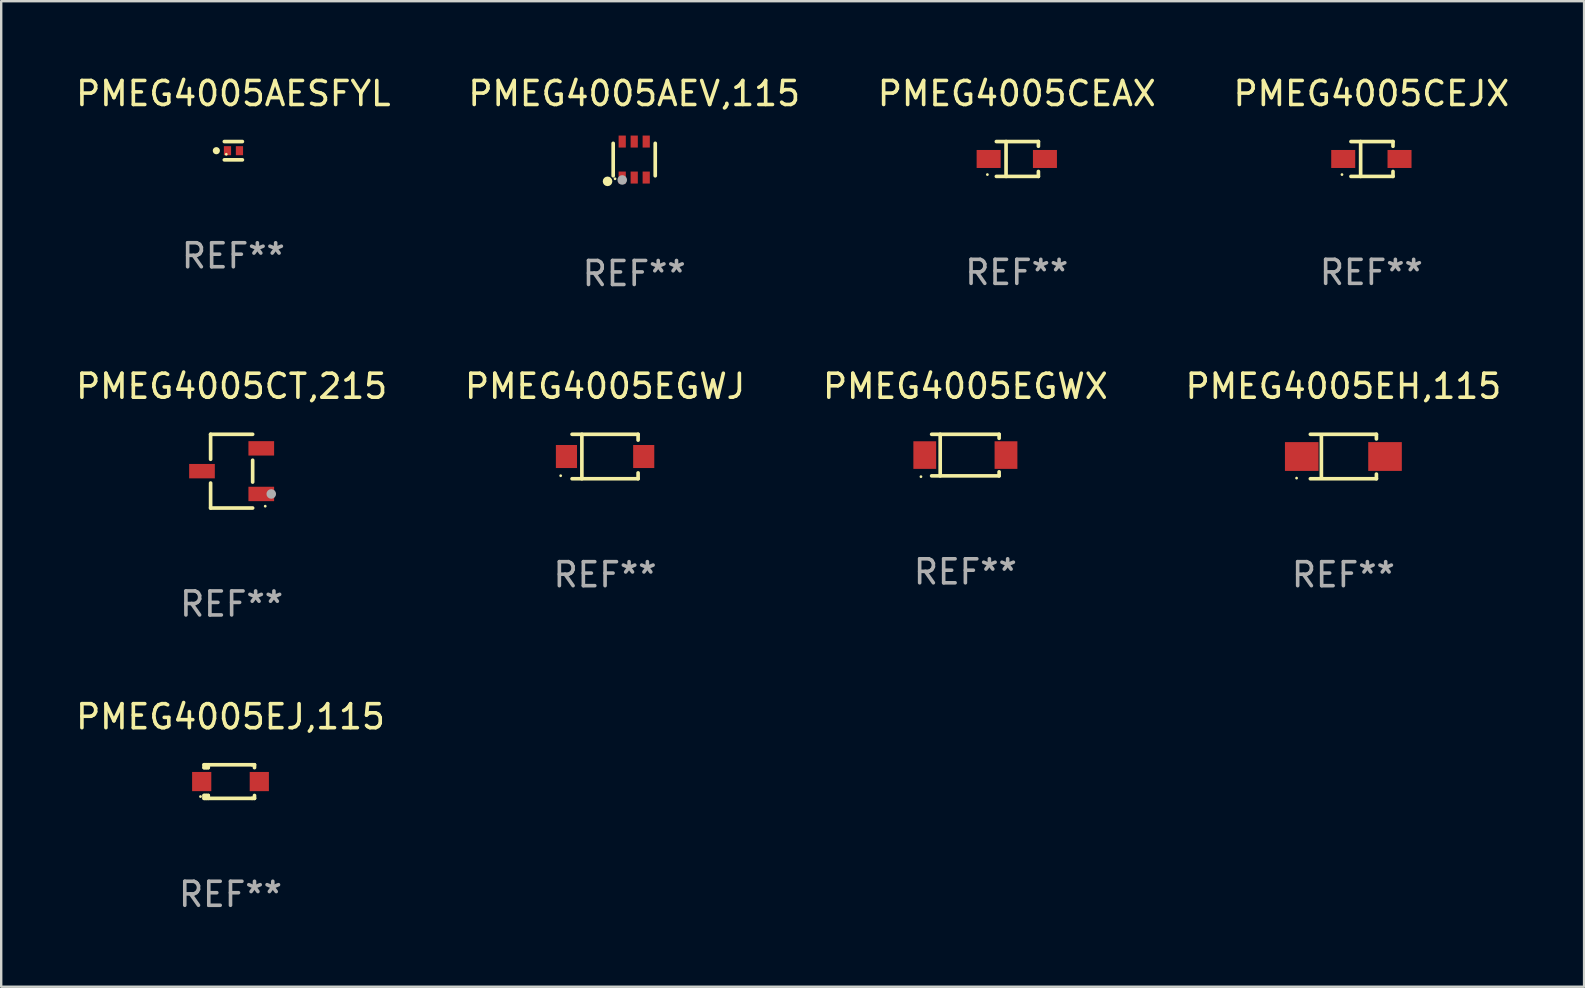
<source format=kicad_pcb>
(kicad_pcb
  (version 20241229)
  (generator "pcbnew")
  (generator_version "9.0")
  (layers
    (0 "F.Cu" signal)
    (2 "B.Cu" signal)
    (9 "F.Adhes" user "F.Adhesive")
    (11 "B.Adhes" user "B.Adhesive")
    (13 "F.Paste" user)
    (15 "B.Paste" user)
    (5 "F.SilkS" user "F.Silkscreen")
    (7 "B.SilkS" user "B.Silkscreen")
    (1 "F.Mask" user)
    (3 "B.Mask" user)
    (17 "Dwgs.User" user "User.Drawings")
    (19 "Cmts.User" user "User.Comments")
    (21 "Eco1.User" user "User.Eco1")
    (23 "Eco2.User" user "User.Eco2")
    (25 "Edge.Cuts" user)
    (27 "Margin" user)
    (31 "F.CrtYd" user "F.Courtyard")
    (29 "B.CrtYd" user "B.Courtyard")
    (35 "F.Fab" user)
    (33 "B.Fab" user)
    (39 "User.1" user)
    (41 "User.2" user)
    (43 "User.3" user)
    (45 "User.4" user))
  (footprint "PMEG4005AESFYL"
    (layer "F.Cu")
    (at 6.673 3.229)
    (property "Reference" "PMEG4005AESFYL" (at 0 -2.381 0) (layer "F.SilkS") (effects (font (size 1 1) (thickness 0.15))))
    (attr through_hole)
    (fp_line (start -0.376 -0.381) (end 0.376 -0.381) (stroke (width 0.152) (type solid)) (layer "F.SilkS"))
    (fp_line (start -0.376 0.381) (end 0.376 0.381) (stroke (width 0.152) (type solid)) (layer "F.SilkS"))
    (fp_circle (center -0.709 0) (end -0.634 0) (stroke (width 0.15) (type solid)) (fill no) (layer "F.SilkS"))
    (fp_circle (center -0.295 0.15) (end -0.265 0.15) (stroke (width 0.06) (type solid)) (fill no) (layer "F.SilkS"))
    (fp_text user "REF**" (at 0 4.381 0) (layer "F.Fab") (effects (font (size 1 1) (thickness 0.15))))
    (pad "1" smd rect (at -0.245 0) (size 0.3 0.378) (layers "F.Cu" "F.Mask" "F.Paste"))
    (pad "2" smd rect (at 0.254 0) (size 0.3 0.378) (layers "F.Cu" "F.Mask" "F.Paste")))
  (footprint "PMEG4005AEV,115"
    (layer "F.Cu")
    (at 23.375 3.598)
    (property "Reference" "PMEG4005AEV,115" (at 0 -2.75 0) (layer "F.SilkS") (effects (font (size 1 1) (thickness 0.15))))
    (attr through_hole)
    (fp_line (start -0.876 0.676) (end -0.876 -0.676) (stroke (width 0.152) (type solid)) (layer "F.SilkS"))
    (fp_line (start 0.876 0.676) (end 0.876 -0.676) (stroke (width 0.152) (type solid)) (layer "F.SilkS"))
    (fp_circle (center -1.111 0.908) (end -1.011 0.908) (stroke (width 0.2) (type solid)) (fill no) (layer "F.SilkS"))
    (fp_circle (center -0.8 0.8) (end -0.77 0.8) (stroke (width 0.06) (type solid)) (fill no) (layer "F.SilkS"))
    (fp_circle (center -0.499 0.85) (end -0.399 0.85) (stroke (width 0.2) (type solid)) (fill no) (layer "F.Fab"))
    (fp_text user "REF**" (at 0 4.75 0) (layer "F.Fab") (effects (font (size 1 1) (thickness 0.15))))
    (pad "1" smd rect (at -0.5 0.75) (size 0.3 0.5) (layers "F.Cu" "F.Mask" "F.Paste"))
    (pad "2" smd rect (at 0 0.75) (size 0.3 0.5) (layers "F.Cu" "F.Mask" "F.Paste"))
    (pad "3" smd rect (at 0.5 0.75) (size 0.3 0.5) (layers "F.Cu" "F.Mask" "F.Paste"))
    (pad "4" smd rect (at 0.5 -0.75) (size 0.3 0.5) (layers "F.Cu" "F.Mask" "F.Paste"))
    (pad "5" smd rect (at 0 -0.75) (size 0.3 0.5) (layers "F.Cu" "F.Mask" "F.Paste"))
    (pad "6" smd rect (at -0.5 -0.75) (size 0.3 0.5) (layers "F.Cu" "F.Mask" "F.Paste")))
  (footprint "PMEG4005EJ,115"
    (layer "F.Cu")
    (at 6.554 29.514)
    (property "Reference" "PMEG4005EJ,115" (at 0 -2.7 0) (layer "F.SilkS") (effects (font (size 1 1) (thickness 0.15))))
    (attr through_hole)
    (fp_line (start -1.1 -0.7) (end -1.1 -0.58) (stroke (width 0.152) (type solid)) (layer "F.SilkS"))
    (fp_line (start -1.1 0.58) (end -1.1 0.7) (stroke (width 0.152) (type solid)) (layer "F.SilkS"))
    (fp_line (start -1.1 0.58) (end -0.927 0.58) (stroke (width 0.152) (type solid)) (layer "F.SilkS"))
    (fp_line (start -1.1 0.7) (end 0.9 0.7) (stroke (width 0.152) (type solid)) (layer "F.SilkS"))
    (fp_line (start -1.014 -0.58) (end -1.014 -0.7) (stroke (width 0.152) (type solid)) (layer "F.SilkS"))
    (fp_line (start -1.014 0.7) (end -1.014 0.58) (stroke (width 0.152) (type solid)) (layer "F.SilkS"))
    (fp_line (start -0.927 -0.7) (end -0.927 -0.58) (stroke (width 0.152) (type solid)) (layer "F.SilkS"))
    (fp_line (start -0.927 -0.58) (end -1.1 -0.58) (stroke (width 0.152) (type solid)) (layer "F.SilkS"))
    (fp_line (start -0.927 0.58) (end -0.927 0.7) (stroke (width 0.152) (type solid)) (layer "F.SilkS"))
    (fp_line (start 0.9 -0.7) (end -1.1 -0.7) (stroke (width 0.152) (type solid)) (layer "F.SilkS"))
    (fp_line (start 0.9 0.7) (end 1 0.7) (stroke (width 0.152) (type solid)) (layer "F.SilkS"))
    (fp_line (start 1 -0.7) (end 0.9 -0.7) (stroke (width 0.152) (type solid)) (layer "F.SilkS"))
    (fp_line (start 1 -0.58) (end 1 -0.7) (stroke (width 0.152) (type solid)) (layer "F.SilkS"))
    (fp_line (start 1 0.7) (end 1 0.58) (stroke (width 0.152) (type solid)) (layer "F.SilkS"))
    (fp_circle (center -1.25 0.625) (end -1.22 0.625) (stroke (width 0.06) (type solid)) (fill no) (layer "F.SilkS"))
    (fp_text user "REF**" (at 0 4.7 0) (layer "F.Fab") (effects (font (size 1 1) (thickness 0.15))))
    (pad "1" smd rect (at -1.2 0) (size 0.8 0.8) (layers "F.Cu" "F.Mask" "F.Paste"))
    (pad "2" smd rect (at 1.2 0) (size 0.8 0.8) (layers "F.Cu" "F.Mask" "F.Paste")))
  (footprint "PMEG4005CEAX"
    (layer "F.Cu")
    (at 39.315 3.574)
    (property "Reference" "PMEG4005CEAX" (at 0 -2.726 0) (layer "F.SilkS") (effects (font (size 1 1) (thickness 0.15))))
    (attr through_hole)
    (fp_line (start -0.851 -0.726) (end 0.901 -0.726) (stroke (width 0.152) (type solid)) (layer "F.SilkS"))
    (fp_line (start -0.851 0.726) (end 0.901 0.726) (stroke (width 0.152) (type solid)) (layer "F.SilkS"))
    (fp_line (start -0.447 -0.726) (end -0.447 0.726) (stroke (width 0.152) (type solid)) (layer "F.SilkS"))
    (fp_line (start 0.901 -0.726) (end 0.901 -0.53) (stroke (width 0.152) (type solid)) (layer "F.SilkS"))
    (fp_line (start 0.901 0.726) (end 0.901 0.52) (stroke (width 0.152) (type solid)) (layer "F.SilkS"))
    (fp_circle (center -1.225 0.65) (end -1.195 0.65) (stroke (width 0.06) (type solid)) (fill no) (layer "F.SilkS"))
    (fp_text user "REF**" (at 0 4.726 0) (layer "F.Fab") (effects (font (size 1 1) (thickness 0.15))))
    (pad "1" smd rect (at -1.173 0) (size 1 0.75) (layers "F.Cu" "F.Mask" "F.Paste"))
    (pad "2" smd rect (at 1.173 0) (size 1 0.75) (layers "F.Cu" "F.Mask" "F.Paste")))
  (footprint "PMEG4005EGWX"
    (layer "F.Cu")
    (at 37.173 15.911)
    (property "Reference" "PMEG4005EGWX" (at 0 -2.866 0) (layer "F.SilkS") (effects (font (size 1 1) (thickness 0.15))))
    (attr through_hole)
    (fp_line (start -1.406 -0.866) (end 1.406 -0.866) (stroke (width 0.152) (type solid)) (layer "F.SilkS"))
    (fp_line (start -1.406 0.866) (end 1.406 0.866) (stroke (width 0.152) (type solid)) (layer "F.SilkS"))
    (fp_line (start -1.049 -0.866) (end -1.049 0.866) (stroke (width 0.152) (type solid)) (layer "F.SilkS"))
    (fp_line (start 1.406 -0.866) (end 1.406 -0.698) (stroke (width 0.152) (type solid)) (layer "F.SilkS"))
    (fp_line (start 1.406 0.866) (end 1.406 0.698) (stroke (width 0.152) (type solid)) (layer "F.SilkS"))
    (fp_circle (center -1.851 0.9) (end -1.821 0.9) (stroke (width 0.06) (type solid)) (fill no) (layer "F.SilkS"))
    (fp_text user "REF**" (at 0 4.866 0) (layer "F.Fab") (effects (font (size 1 1) (thickness 0.15))))
    (pad "1" smd rect (at -1.692 0) (size 0.95 1.15) (layers "F.Cu" "F.Mask" "F.Paste"))
    (pad "2" smd rect (at 1.692 0) (size 0.95 1.15) (layers "F.Cu" "F.Mask" "F.Paste")))
  (footprint "PMEG4005EH,115"
    (layer "F.Cu")
    (at 52.923 15.971)
    (property "Reference" "PMEG4005EH,115" (at 0 -2.926 0) (layer "F.SilkS") (effects (font (size 1 1) (thickness 0.15))))
    (attr through_hole)
    (fp_line (start -1.376 -0.926) (end 1.376 -0.926) (stroke (width 0.152) (type solid)) (layer "F.SilkS"))
    (fp_line (start -1.376 0.926) (end 1.376 0.926) (stroke (width 0.152) (type solid)) (layer "F.SilkS"))
    (fp_line (start -0.917 -0.876) (end -0.917 0.876) (stroke (width 0.152) (type solid)) (layer "F.SilkS"))
    (fp_line (start 1.376 -0.926) (end 1.376 -0.733) (stroke (width 0.152) (type solid)) (layer "F.SilkS"))
    (fp_line (start 1.376 0.926) (end 1.376 0.733) (stroke (width 0.152) (type solid)) (layer "F.SilkS"))
    (fp_circle (center -1.95 0.9) (end -1.92 0.9) (stroke (width 0.06) (type solid)) (fill no) (layer "F.SilkS"))
    (fp_text user "REF**" (at 0 4.926 0) (layer "F.Fab") (effects (font (size 1 1) (thickness 0.15))))
    (pad "1" smd rect (at -1.735 0) (size 1.4 1.2) (layers "F.Cu" "F.Mask" "F.Paste"))
    (pad "2" smd rect (at 1.735 0) (size 1.4 1.2) (layers "F.Cu" "F.Mask" "F.Paste")))
  (footprint "PMEG4005CEJX"
    (layer "F.Cu")
    (at 54.089 3.574)
    (property "Reference" "PMEG4005CEJX" (at 0 -2.726 0) (layer "F.SilkS") (effects (font (size 1 1) (thickness 0.15))))
    (attr through_hole)
    (fp_line (start -0.851 -0.726) (end 0.901 -0.726) (stroke (width 0.152) (type solid)) (layer "F.SilkS"))
    (fp_line (start -0.851 0.726) (end 0.901 0.726) (stroke (width 0.152) (type solid)) (layer "F.SilkS"))
    (fp_line (start -0.447 -0.726) (end -0.447 0.726) (stroke (width 0.152) (type solid)) (layer "F.SilkS"))
    (fp_line (start 0.901 -0.726) (end 0.901 -0.53) (stroke (width 0.152) (type solid)) (layer "F.SilkS"))
    (fp_line (start 0.901 0.726) (end 0.901 0.52) (stroke (width 0.152) (type solid)) (layer "F.SilkS"))
    (fp_circle (center -1.225 0.65) (end -1.195 0.65) (stroke (width 0.06) (type solid)) (fill no) (layer "F.SilkS"))
    (fp_text user "REF**" (at 0 4.726 0) (layer "F.Fab") (effects (font (size 1 1) (thickness 0.15))))
    (pad "1" smd rect (at -1.173 0) (size 1 0.75) (layers "F.Cu" "F.Mask" "F.Paste"))
    (pad "2" smd rect (at 1.173 0) (size 1 0.75) (layers "F.Cu" "F.Mask" "F.Paste")))
  (footprint "PMEG4005EGWJ"
    (layer "F.Cu")
    (at 22.161 15.971)
    (property "Reference" "PMEG4005EGWJ" (at 0 -2.926 0) (layer "F.SilkS") (effects (font (size 1 1) (thickness 0.15))))
    (attr through_hole)
    (fp_line (start -1.376 -0.926) (end 1.376 -0.926) (stroke (width 0.152) (type solid)) (layer "F.SilkS"))
    (fp_line (start -1.376 0.926) (end 1.376 0.926) (stroke (width 0.152) (type solid)) (layer "F.SilkS"))
    (fp_line (start -0.967 -0.926) (end -0.967 0.926) (stroke (width 0.152) (type solid)) (layer "F.SilkS"))
    (fp_line (start 1.376 -0.926) (end 1.376 -0.683) (stroke (width 0.152) (type solid)) (layer "F.SilkS"))
    (fp_line (start 1.376 0.926) (end 1.376 0.683) (stroke (width 0.152) (type solid)) (layer "F.SilkS"))
    (fp_circle (center -1.85 0.8) (end -1.82 0.8) (stroke (width 0.06) (type solid)) (fill no) (layer "F.SilkS"))
    (fp_text user "REF**" (at 0 4.926 0) (layer "F.Fab") (effects (font (size 1 1) (thickness 0.15))))
    (pad "1" smd rect (at -1.61 0) (size 0.88 0.96) (layers "F.Cu" "F.Mask" "F.Paste"))
    (pad "2" smd rect (at 1.61 0) (size 0.88 0.96) (layers "F.Cu" "F.Mask" "F.Paste")))
  (footprint "PMEG4005CT,215"
    (layer "F.Cu")
    (at 6.601 16.581)
    (property "Reference" "PMEG4005CT,215" (at 0 -3.536 0) (layer "F.SilkS") (effects (font (size 1 1) (thickness 0.15))))
    (attr through_hole)
    (fp_line (start -0.876 -1.536) (end -0.876 -0.495) (stroke (width 0.152) (type solid)) (layer "F.SilkS"))
    (fp_line (start -0.876 1.536) (end -0.876 0.495) (stroke (width 0.152) (type solid)) (layer "F.SilkS"))
    (fp_line (start 0.876 -1.536) (end -0.876 -1.536) (stroke (width 0.152) (type solid)) (layer "F.SilkS"))
    (fp_line (start 0.876 -0.455) (end 0.876 0.455) (stroke (width 0.152) (type solid)) (layer "F.SilkS"))
    (fp_line (start 0.876 1.536) (end -0.876 1.536) (stroke (width 0.152) (type solid)) (layer "F.SilkS"))
    (fp_circle (center 1.4 1.46) (end 1.43 1.46) (stroke (width 0.06) (type solid)) (fill no) (layer "F.SilkS"))
    (fp_circle (center 1.651 0.95) (end 1.751 0.95) (stroke (width 0.2) (type solid)) (fill no) (layer "F.Fab"))
    (fp_text user "REF**" (at 0 5.536 0) (layer "F.Fab") (effects (font (size 1 1) (thickness 0.15))))
    (pad "1" smd rect (at 1.235 0.95) (size 1.07 0.6) (layers "F.Cu" "F.Mask" "F.Paste"))
    (pad "2" smd rect (at 1.235 -0.95) (size 1.07 0.6) (layers "F.Cu" "F.Mask" "F.Paste"))
    (pad "3" smd rect (at -1.235 0) (size 1.07 0.6) (layers "F.Cu" "F.Mask" "F.Paste")))
  (gr_rect
    (start -3 -3)
    (end 62.952 38.062)
    (stroke (width 0.1) (type default))
    (fill no)
    (layer "Edge.Cuts")))
</source>
